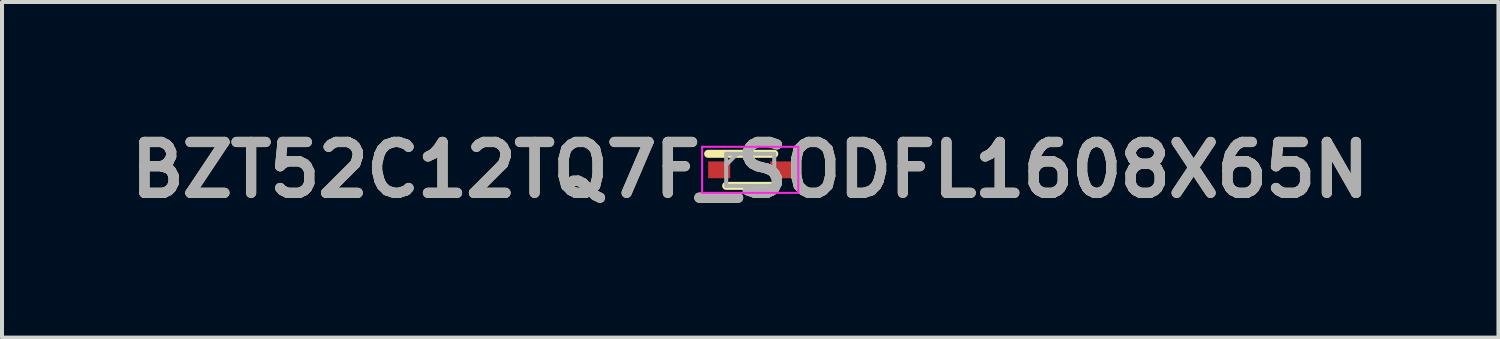
<source format=kicad_pcb>
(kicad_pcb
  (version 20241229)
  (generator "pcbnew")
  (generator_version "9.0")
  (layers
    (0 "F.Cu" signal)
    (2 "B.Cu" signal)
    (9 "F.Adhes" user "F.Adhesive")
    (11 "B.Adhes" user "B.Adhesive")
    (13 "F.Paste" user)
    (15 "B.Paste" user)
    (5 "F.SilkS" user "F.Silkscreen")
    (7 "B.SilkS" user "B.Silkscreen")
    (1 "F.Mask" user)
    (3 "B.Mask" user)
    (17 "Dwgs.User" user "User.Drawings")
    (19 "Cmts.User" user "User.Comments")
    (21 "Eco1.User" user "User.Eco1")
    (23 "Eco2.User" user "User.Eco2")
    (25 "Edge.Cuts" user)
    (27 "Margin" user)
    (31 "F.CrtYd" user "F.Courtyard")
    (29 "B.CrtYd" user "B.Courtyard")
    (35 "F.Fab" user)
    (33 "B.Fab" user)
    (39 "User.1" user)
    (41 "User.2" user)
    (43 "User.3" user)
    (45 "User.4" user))
  (footprint "BZT52C12TQ7F_SODFL1608X65N"
    (layer "F.Cu")
    (at 15.675 1.189)
    (property "Reference" "BZT52C12TQ7F_SODFL1608X65N" (at 0 0 0) (layer "F.SilkS") (effects (font (size 1.27 1.27) (thickness 0.254))))
    (attr smd)
    (fp_line (start -1.05 -0.4) (end 0.6 -0.4) (stroke (width 0.2) (type solid)) (layer "F.SilkS"))
    (fp_line (start -0.6 0.4) (end 0.6 0.4) (stroke (width 0.2) (type solid)) (layer "F.SilkS"))
    (fp_line (start -1.2 -0.575) (end 1.2 -0.575) (stroke (width 0.05) (type solid)) (layer "F.CrtYd"))
    (fp_line (start -1.2 0.575) (end -1.2 -0.575) (stroke (width 0.05) (type solid)) (layer "F.CrtYd"))
    (fp_line (start 1.2 -0.575) (end 1.2 0.575) (stroke (width 0.05) (type solid)) (layer "F.CrtYd"))
    (fp_line (start 1.2 0.575) (end -1.2 0.575) (stroke (width 0.05) (type solid)) (layer "F.CrtYd"))
    (fp_line (start -0.6 -0.4) (end 0.6 -0.4) (stroke (width 0.1) (type solid)) (layer "F.Fab"))
    (fp_line (start -0.6 -0.125) (end -0.325 -0.4) (stroke (width 0.1) (type solid)) (layer "F.Fab"))
    (fp_line (start -0.6 0.4) (end -0.6 -0.4) (stroke (width 0.1) (type solid)) (layer "F.Fab"))
    (fp_line (start 0.6 -0.4) (end 0.6 0.4) (stroke (width 0.1) (type solid)) (layer "F.Fab"))
    (fp_line (start 0.6 0.4) (end -0.6 0.4) (stroke (width 0.1) (type solid)) (layer "F.Fab"))
    (fp_text user "${REFERENCE}" (at 0 0 0) (layer "F.Fab") (effects (font (size 1.27 1.27) (thickness 0.254))))
    (pad "1" smd rect (at -0.775 0 90) (size 0.42 0.55) (layers "F.Cu" "F.Mask" "F.Paste"))
    (pad "2" smd rect (at 0.775 0 90) (size 0.42 0.55) (layers "F.Cu" "F.Mask" "F.Paste")))
  (gr_rect
    (start -3 -3)
    (end 34.351 5.377)
    (stroke (width 0.1) (type default))
    (fill no)
    (layer "Edge.Cuts")))
</source>
